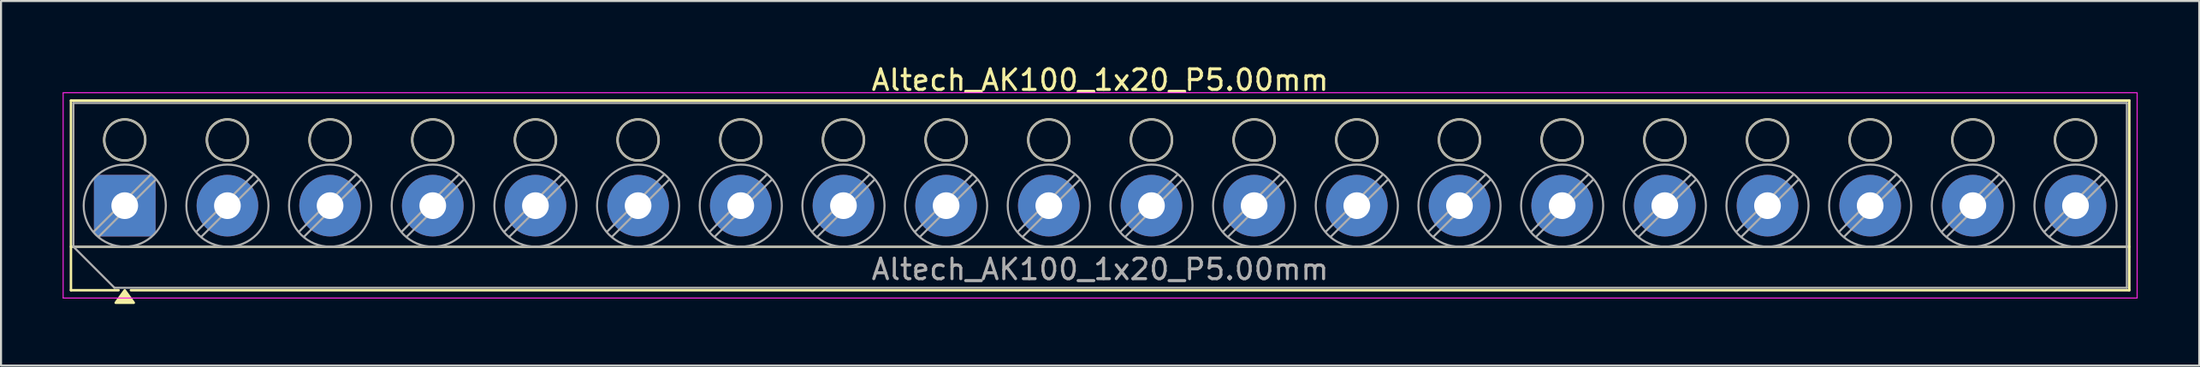
<source format=kicad_pcb>
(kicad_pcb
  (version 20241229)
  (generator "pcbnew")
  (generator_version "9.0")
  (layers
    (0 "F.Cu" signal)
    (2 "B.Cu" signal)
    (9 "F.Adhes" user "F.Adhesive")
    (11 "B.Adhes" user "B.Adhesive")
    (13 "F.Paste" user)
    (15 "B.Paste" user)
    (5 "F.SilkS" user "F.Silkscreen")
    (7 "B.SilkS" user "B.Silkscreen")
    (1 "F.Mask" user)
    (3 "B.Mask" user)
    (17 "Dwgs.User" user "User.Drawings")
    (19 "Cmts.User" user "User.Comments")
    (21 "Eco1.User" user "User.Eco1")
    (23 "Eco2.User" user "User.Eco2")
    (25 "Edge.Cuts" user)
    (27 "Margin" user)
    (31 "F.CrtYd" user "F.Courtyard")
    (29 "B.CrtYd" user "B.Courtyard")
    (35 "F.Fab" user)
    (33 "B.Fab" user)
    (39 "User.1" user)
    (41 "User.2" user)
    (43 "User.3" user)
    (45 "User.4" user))
  (footprint "Altech_AK100_1x20_P5.00mm"
    (layer "F.Cu")
    (at 3.025 6.968)
    (property "Reference" "Altech_AK100_1x20_P5.00mm" (at 47.5 -6.12 0) (layer "F.SilkS") (effects (font (size 1 1) (thickness 0.15))))
    (attr through_hole)
    (fp_line (start -2.62 -5.12) (end 97.62 -5.12) (stroke (width 0.12) (type solid)) (layer "F.SilkS"))
    (fp_line (start -2.62 2) (end 97.62 2) (stroke (width 0.12) (type solid)) (layer "F.SilkS"))
    (fp_line (start -2.62 4.12) (end -2.62 -5.12) (stroke (width 0.12) (type solid)) (layer "F.SilkS"))
    (fp_line (start -0.3 4.12) (end -2.62 4.12) (stroke (width 0.12) (type solid)) (layer "F.SilkS"))
    (fp_line (start 97.62 -5.12) (end 97.62 4.12) (stroke (width 0.12) (type solid)) (layer "F.SilkS"))
    (fp_line (start 97.62 4.12) (end 0.3 4.12) (stroke (width 0.12) (type solid)) (layer "F.SilkS"))
    (fp_circle (center 0 -3.2) (end 1 -3.2) (stroke (width 0.12) (type solid)) (fill no) (layer "F.SilkS"))
    (fp_circle (center 5 -3.2) (end 6 -3.2) (stroke (width 0.12) (type solid)) (fill no) (layer "F.SilkS"))
    (fp_circle (center 10 -3.2) (end 11 -3.2) (stroke (width 0.12) (type solid)) (fill no) (layer "F.SilkS"))
    (fp_circle (center 15 -3.2) (end 16 -3.2) (stroke (width 0.12) (type solid)) (fill no) (layer "F.SilkS"))
    (fp_circle (center 20 -3.2) (end 21 -3.2) (stroke (width 0.12) (type solid)) (fill no) (layer "F.SilkS"))
    (fp_circle (center 25 -3.2) (end 26 -3.2) (stroke (width 0.12) (type solid)) (fill no) (layer "F.SilkS"))
    (fp_circle (center 30 -3.2) (end 31 -3.2) (stroke (width 0.12) (type solid)) (fill no) (layer "F.SilkS"))
    (fp_circle (center 35 -3.2) (end 36 -3.2) (stroke (width 0.12) (type solid)) (fill no) (layer "F.SilkS"))
    (fp_circle (center 40 -3.2) (end 41 -3.2) (stroke (width 0.12) (type solid)) (fill no) (layer "F.SilkS"))
    (fp_circle (center 45 -3.2) (end 46 -3.2) (stroke (width 0.12) (type solid)) (fill no) (layer "F.SilkS"))
    (fp_circle (center 50 -3.2) (end 51 -3.2) (stroke (width 0.12) (type solid)) (fill no) (layer "F.SilkS"))
    (fp_circle (center 55 -3.2) (end 56 -3.2) (stroke (width 0.12) (type solid)) (fill no) (layer "F.SilkS"))
    (fp_circle (center 60 -3.2) (end 61 -3.2) (stroke (width 0.12) (type solid)) (fill no) (layer "F.SilkS"))
    (fp_circle (center 65 -3.2) (end 66 -3.2) (stroke (width 0.12) (type solid)) (fill no) (layer "F.SilkS"))
    (fp_circle (center 70 -3.2) (end 71 -3.2) (stroke (width 0.12) (type solid)) (fill no) (layer "F.SilkS"))
    (fp_circle (center 75 -3.2) (end 76 -3.2) (stroke (width 0.12) (type solid)) (fill no) (layer "F.SilkS"))
    (fp_circle (center 80 -3.2) (end 81 -3.2) (stroke (width 0.12) (type solid)) (fill no) (layer "F.SilkS"))
    (fp_circle (center 85 -3.2) (end 86 -3.2) (stroke (width 0.12) (type solid)) (fill no) (layer "F.SilkS"))
    (fp_circle (center 90 -3.2) (end 91 -3.2) (stroke (width 0.12) (type solid)) (fill no) (layer "F.SilkS"))
    (fp_circle (center 95 -3.2) (end 96 -3.2) (stroke (width 0.12) (type solid)) (fill no) (layer "F.SilkS"))
    (fp_poly (pts (xy 0 4.12) (xy 0.44 4.73) (xy -0.44 4.73)) (stroke (width 0.12) (type solid)) (fill yes) (layer "F.SilkS"))
    (fp_line (start -3 -5.5) (end -3 4.5) (stroke (width 0.05) (type solid)) (layer "F.CrtYd"))
    (fp_line (start -3 4.5) (end 98 4.5) (stroke (width 0.05) (type solid)) (layer "F.CrtYd"))
    (fp_line (start 98 -5.5) (end -3 -5.5) (stroke (width 0.05) (type solid)) (layer "F.CrtYd"))
    (fp_line (start 98 4.5) (end 98 -5.5) (stroke (width 0.05) (type solid)) (layer "F.CrtYd"))
    (fp_line (start -2.5 -5) (end 97.5 -5) (stroke (width 0.1) (type solid)) (layer "F.Fab"))
    (fp_line (start -2.5 2) (end -2.5 -5) (stroke (width 0.1) (type solid)) (layer "F.Fab"))
    (fp_line (start -2.5 2) (end 97.5 2) (stroke (width 0.1) (type solid)) (layer "F.Fab"))
    (fp_line (start -0.5 4) (end -2.5 2) (stroke (width 0.1) (type solid)) (layer "F.Fab"))
    (fp_line (start 1.273 -1.517) (end -1.517 1.273) (stroke (width 0.1) (type solid)) (layer "F.Fab"))
    (fp_line (start 1.517 -1.273) (end -1.273 1.517) (stroke (width 0.1) (type solid)) (layer "F.Fab"))
    (fp_line (start 6.273 -1.517) (end 3.483 1.273) (stroke (width 0.1) (type solid)) (layer "F.Fab"))
    (fp_line (start 6.517 -1.273) (end 3.727 1.517) (stroke (width 0.1) (type solid)) (layer "F.Fab"))
    (fp_line (start 11.273 -1.517) (end 8.483 1.273) (stroke (width 0.1) (type solid)) (layer "F.Fab"))
    (fp_line (start 11.517 -1.273) (end 8.727 1.517) (stroke (width 0.1) (type solid)) (layer "F.Fab"))
    (fp_line (start 16.273 -1.517) (end 13.483 1.273) (stroke (width 0.1) (type solid)) (layer "F.Fab"))
    (fp_line (start 16.517 -1.273) (end 13.727 1.517) (stroke (width 0.1) (type solid)) (layer "F.Fab"))
    (fp_line (start 21.273 -1.517) (end 18.483 1.273) (stroke (width 0.1) (type solid)) (layer "F.Fab"))
    (fp_line (start 21.517 -1.273) (end 18.727 1.517) (stroke (width 0.1) (type solid)) (layer "F.Fab"))
    (fp_line (start 26.273 -1.517) (end 23.483 1.273) (stroke (width 0.1) (type solid)) (layer "F.Fab"))
    (fp_line (start 26.517 -1.273) (end 23.727 1.517) (stroke (width 0.1) (type solid)) (layer "F.Fab"))
    (fp_line (start 31.273 -1.517) (end 28.483 1.273) (stroke (width 0.1) (type solid)) (layer "F.Fab"))
    (fp_line (start 31.517 -1.273) (end 28.727 1.517) (stroke (width 0.1) (type solid)) (layer "F.Fab"))
    (fp_line (start 36.273 -1.517) (end 33.483 1.273) (stroke (width 0.1) (type solid)) (layer "F.Fab"))
    (fp_line (start 36.517 -1.273) (end 33.727 1.517) (stroke (width 0.1) (type solid)) (layer "F.Fab"))
    (fp_line (start 41.273 -1.517) (end 38.483 1.273) (stroke (width 0.1) (type solid)) (layer "F.Fab"))
    (fp_line (start 41.517 -1.273) (end 38.727 1.517) (stroke (width 0.1) (type solid)) (layer "F.Fab"))
    (fp_line (start 46.273 -1.517) (end 43.483 1.273) (stroke (width 0.1) (type solid)) (layer "F.Fab"))
    (fp_line (start 46.517 -1.273) (end 43.727 1.517) (stroke (width 0.1) (type solid)) (layer "F.Fab"))
    (fp_line (start 51.273 -1.517) (end 48.483 1.273) (stroke (width 0.1) (type solid)) (layer "F.Fab"))
    (fp_line (start 51.517 -1.273) (end 48.727 1.517) (stroke (width 0.1) (type solid)) (layer "F.Fab"))
    (fp_line (start 56.273 -1.517) (end 53.483 1.273) (stroke (width 0.1) (type solid)) (layer "F.Fab"))
    (fp_line (start 56.517 -1.273) (end 53.727 1.517) (stroke (width 0.1) (type solid)) (layer "F.Fab"))
    (fp_line (start 61.273 -1.517) (end 58.483 1.273) (stroke (width 0.1) (type solid)) (layer "F.Fab"))
    (fp_line (start 61.517 -1.273) (end 58.727 1.517) (stroke (width 0.1) (type solid)) (layer "F.Fab"))
    (fp_line (start 66.273 -1.517) (end 63.483 1.273) (stroke (width 0.1) (type solid)) (layer "F.Fab"))
    (fp_line (start 66.517 -1.273) (end 63.727 1.517) (stroke (width 0.1) (type solid)) (layer "F.Fab"))
    (fp_line (start 71.273 -1.517) (end 68.483 1.273) (stroke (width 0.1) (type solid)) (layer "F.Fab"))
    (fp_line (start 71.517 -1.273) (end 68.727 1.517) (stroke (width 0.1) (type solid)) (layer "F.Fab"))
    (fp_line (start 76.273 -1.517) (end 73.483 1.273) (stroke (width 0.1) (type solid)) (layer "F.Fab"))
    (fp_line (start 76.517 -1.273) (end 73.727 1.517) (stroke (width 0.1) (type solid)) (layer "F.Fab"))
    (fp_line (start 81.273 -1.517) (end 78.483 1.273) (stroke (width 0.1) (type solid)) (layer "F.Fab"))
    (fp_line (start 81.517 -1.273) (end 78.727 1.517) (stroke (width 0.1) (type solid)) (layer "F.Fab"))
    (fp_line (start 86.273 -1.517) (end 83.483 1.273) (stroke (width 0.1) (type solid)) (layer "F.Fab"))
    (fp_line (start 86.517 -1.273) (end 83.727 1.517) (stroke (width 0.1) (type solid)) (layer "F.Fab"))
    (fp_line (start 91.273 -1.517) (end 88.483 1.273) (stroke (width 0.1) (type solid)) (layer "F.Fab"))
    (fp_line (start 91.517 -1.273) (end 88.727 1.517) (stroke (width 0.1) (type solid)) (layer "F.Fab"))
    (fp_line (start 96.273 -1.517) (end 93.483 1.273) (stroke (width 0.1) (type solid)) (layer "F.Fab"))
    (fp_line (start 96.517 -1.273) (end 93.727 1.517) (stroke (width 0.1) (type solid)) (layer "F.Fab"))
    (fp_line (start 97.5 -5) (end 97.5 4) (stroke (width 0.1) (type solid)) (layer "F.Fab"))
    (fp_line (start 97.5 4) (end -0.5 4) (stroke (width 0.1) (type solid)) (layer "F.Fab"))
    (fp_circle (center 0 -3.2) (end 1 -3.2) (stroke (width 0.1) (type solid)) (fill no) (layer "F.Fab"))
    (fp_circle (center 0 0) (end 2 0) (stroke (width 0.1) (type solid)) (fill no) (layer "F.Fab"))
    (fp_circle (center 5 -3.2) (end 6 -3.2) (stroke (width 0.1) (type solid)) (fill no) (layer "F.Fab"))
    (fp_circle (center 5 0) (end 7 0) (stroke (width 0.1) (type solid)) (fill no) (layer "F.Fab"))
    (fp_circle (center 10 -3.2) (end 11 -3.2) (stroke (width 0.1) (type solid)) (fill no) (layer "F.Fab"))
    (fp_circle (center 10 0) (end 12 0) (stroke (width 0.1) (type solid)) (fill no) (layer "F.Fab"))
    (fp_circle (center 15 -3.2) (end 16 -3.2) (stroke (width 0.1) (type solid)) (fill no) (layer "F.Fab"))
    (fp_circle (center 15 0) (end 17 0) (stroke (width 0.1) (type solid)) (fill no) (layer "F.Fab"))
    (fp_circle (center 20 -3.2) (end 21 -3.2) (stroke (width 0.1) (type solid)) (fill no) (layer "F.Fab"))
    (fp_circle (center 20 0) (end 22 0) (stroke (width 0.1) (type solid)) (fill no) (layer "F.Fab"))
    (fp_circle (center 25 -3.2) (end 26 -3.2) (stroke (width 0.1) (type solid)) (fill no) (layer "F.Fab"))
    (fp_circle (center 25 0) (end 27 0) (stroke (width 0.1) (type solid)) (fill no) (layer "F.Fab"))
    (fp_circle (center 30 -3.2) (end 31 -3.2) (stroke (width 0.1) (type solid)) (fill no) (layer "F.Fab"))
    (fp_circle (center 30 0) (end 32 0) (stroke (width 0.1) (type solid)) (fill no) (layer "F.Fab"))
    (fp_circle (center 35 -3.2) (end 36 -3.2) (stroke (width 0.1) (type solid)) (fill no) (layer "F.Fab"))
    (fp_circle (center 35 0) (end 37 0) (stroke (width 0.1) (type solid)) (fill no) (layer "F.Fab"))
    (fp_circle (center 40 -3.2) (end 41 -3.2) (stroke (width 0.1) (type solid)) (fill no) (layer "F.Fab"))
    (fp_circle (center 40 0) (end 42 0) (stroke (width 0.1) (type solid)) (fill no) (layer "F.Fab"))
    (fp_circle (center 45 -3.2) (end 46 -3.2) (stroke (width 0.1) (type solid)) (fill no) (layer "F.Fab"))
    (fp_circle (center 45 0) (end 47 0) (stroke (width 0.1) (type solid)) (fill no) (layer "F.Fab"))
    (fp_circle (center 50 -3.2) (end 51 -3.2) (stroke (width 0.1) (type solid)) (fill no) (layer "F.Fab"))
    (fp_circle (center 50 0) (end 52 0) (stroke (width 0.1) (type solid)) (fill no) (layer "F.Fab"))
    (fp_circle (center 55 -3.2) (end 56 -3.2) (stroke (width 0.1) (type solid)) (fill no) (layer "F.Fab"))
    (fp_circle (center 55 0) (end 57 0) (stroke (width 0.1) (type solid)) (fill no) (layer "F.Fab"))
    (fp_circle (center 60 -3.2) (end 61 -3.2) (stroke (width 0.1) (type solid)) (fill no) (layer "F.Fab"))
    (fp_circle (center 60 0) (end 62 0) (stroke (width 0.1) (type solid)) (fill no) (layer "F.Fab"))
    (fp_circle (center 65 -3.2) (end 66 -3.2) (stroke (width 0.1) (type solid)) (fill no) (layer "F.Fab"))
    (fp_circle (center 65 0) (end 67 0) (stroke (width 0.1) (type solid)) (fill no) (layer "F.Fab"))
    (fp_circle (center 70 -3.2) (end 71 -3.2) (stroke (width 0.1) (type solid)) (fill no) (layer "F.Fab"))
    (fp_circle (center 70 0) (end 72 0) (stroke (width 0.1) (type solid)) (fill no) (layer "F.Fab"))
    (fp_circle (center 75 -3.2) (end 76 -3.2) (stroke (width 0.1) (type solid)) (fill no) (layer "F.Fab"))
    (fp_circle (center 75 0) (end 77 0) (stroke (width 0.1) (type solid)) (fill no) (layer "F.Fab"))
    (fp_circle (center 80 -3.2) (end 81 -3.2) (stroke (width 0.1) (type solid)) (fill no) (layer "F.Fab"))
    (fp_circle (center 80 0) (end 82 0) (stroke (width 0.1) (type solid)) (fill no) (layer "F.Fab"))
    (fp_circle (center 85 -3.2) (end 86 -3.2) (stroke (width 0.1) (type solid)) (fill no) (layer "F.Fab"))
    (fp_circle (center 85 0) (end 87 0) (stroke (width 0.1) (type solid)) (fill no) (layer "F.Fab"))
    (fp_circle (center 90 -3.2) (end 91 -3.2) (stroke (width 0.1) (type solid)) (fill no) (layer "F.Fab"))
    (fp_circle (center 90 0) (end 92 0) (stroke (width 0.1) (type solid)) (fill no) (layer "F.Fab"))
    (fp_circle (center 95 -3.2) (end 96 -3.2) (stroke (width 0.1) (type solid)) (fill no) (layer "F.Fab"))
    (fp_circle (center 95 0) (end 97 0) (stroke (width 0.1) (type solid)) (fill no) (layer "F.Fab"))
    (fp_text user "${REFERENCE}" (at 47.5 3.1 0) (layer "F.Fab") (effects (font (size 1 1) (thickness 0.15))))
    (pad "1" thru_hole roundrect (at 0 0) (size 3 3) (drill 1.3) (layers "*.Cu" "*.Mask") (roundrect_rratio 0.083))
    (pad "2" thru_hole circle (at 5 0) (size 3 3) (drill 1.3) (layers "*.Cu" "*.Mask"))
    (pad "3" thru_hole circle (at 10 0) (size 3 3) (drill 1.3) (layers "*.Cu" "*.Mask"))
    (pad "4" thru_hole circle (at 15 0) (size 3 3) (drill 1.3) (layers "*.Cu" "*.Mask"))
    (pad "5" thru_hole circle (at 20 0) (size 3 3) (drill 1.3) (layers "*.Cu" "*.Mask"))
    (pad "6" thru_hole circle (at 25 0) (size 3 3) (drill 1.3) (layers "*.Cu" "*.Mask"))
    (pad "7" thru_hole circle (at 30 0) (size 3 3) (drill 1.3) (layers "*.Cu" "*.Mask"))
    (pad "8" thru_hole circle (at 35 0) (size 3 3) (drill 1.3) (layers "*.Cu" "*.Mask"))
    (pad "9" thru_hole circle (at 40 0) (size 3 3) (drill 1.3) (layers "*.Cu" "*.Mask"))
    (pad "10" thru_hole circle (at 45 0) (size 3 3) (drill 1.3) (layers "*.Cu" "*.Mask"))
    (pad "11" thru_hole circle (at 50 0) (size 3 3) (drill 1.3) (layers "*.Cu" "*.Mask"))
    (pad "12" thru_hole circle (at 55 0) (size 3 3) (drill 1.3) (layers "*.Cu" "*.Mask"))
    (pad "13" thru_hole circle (at 60 0) (size 3 3) (drill 1.3) (layers "*.Cu" "*.Mask"))
    (pad "14" thru_hole circle (at 65 0) (size 3 3) (drill 1.3) (layers "*.Cu" "*.Mask"))
    (pad "15" thru_hole circle (at 70 0) (size 3 3) (drill 1.3) (layers "*.Cu" "*.Mask"))
    (pad "16" thru_hole circle (at 75 0) (size 3 3) (drill 1.3) (layers "*.Cu" "*.Mask"))
    (pad "17" thru_hole circle (at 80 0) (size 3 3) (drill 1.3) (layers "*.Cu" "*.Mask"))
    (pad "18" thru_hole circle (at 85 0) (size 3 3) (drill 1.3) (layers "*.Cu" "*.Mask"))
    (pad "19" thru_hole circle (at 90 0) (size 3 3) (drill 1.3) (layers "*.Cu" "*.Mask"))
    (pad "20" thru_hole circle (at 95 0) (size 3 3) (drill 1.3) (layers "*.Cu" "*.Mask")))
  (gr_rect
    (start -3 -3)
    (end 104.05 14.758)
    (stroke (width 0.1) (type default))
    (fill no)
    (layer "Edge.Cuts")))
</source>
